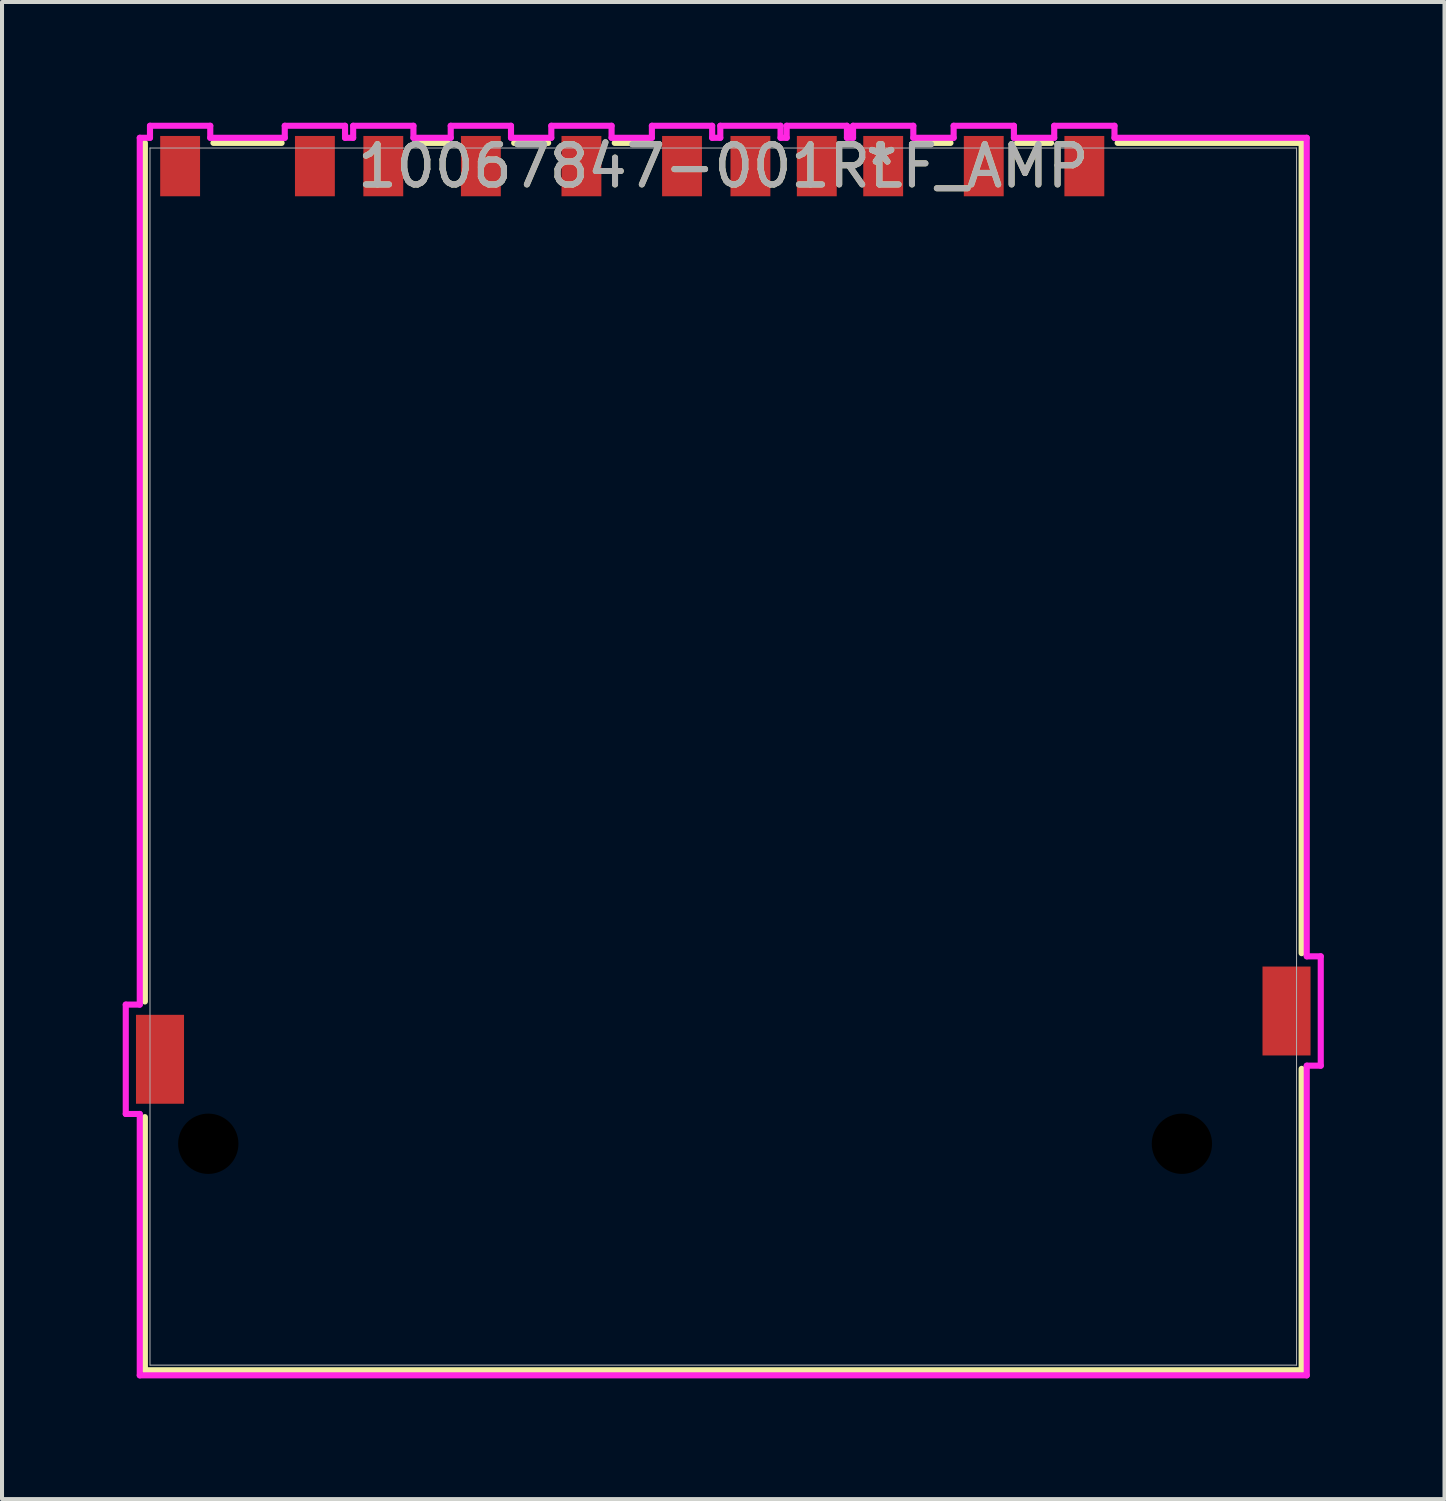
<source format=kicad_pcb>
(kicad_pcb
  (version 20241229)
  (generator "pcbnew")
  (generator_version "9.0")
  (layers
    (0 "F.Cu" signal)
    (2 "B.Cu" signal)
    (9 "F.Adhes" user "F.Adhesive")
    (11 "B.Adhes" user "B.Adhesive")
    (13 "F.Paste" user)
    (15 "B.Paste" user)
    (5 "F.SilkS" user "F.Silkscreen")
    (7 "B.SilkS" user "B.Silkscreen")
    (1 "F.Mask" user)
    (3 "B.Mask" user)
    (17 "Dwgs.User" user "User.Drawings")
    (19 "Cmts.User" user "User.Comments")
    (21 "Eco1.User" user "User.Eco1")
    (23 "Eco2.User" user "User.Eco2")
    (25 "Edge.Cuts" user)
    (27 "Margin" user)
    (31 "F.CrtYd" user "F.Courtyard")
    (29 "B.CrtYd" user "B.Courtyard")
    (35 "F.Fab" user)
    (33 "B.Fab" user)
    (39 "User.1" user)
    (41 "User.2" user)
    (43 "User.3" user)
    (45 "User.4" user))
  (footprint "10067847-001RLF_AMP"
    (layer "F.Cu")
    (at 14.927 15.755)
    (property "Reference" "10067847-001RLF_AMP" (at 0 -14.676 0) (unlocked yes) (layer "F.SilkS") (effects (font (size 1 1) (thickness 0.15))))
    (attr smd)
    (fp_line (start -14.376 -15.253) (end -14.376 6.087) (stroke (width 0.152) (type solid)) (layer "F.SilkS"))
    (fp_line (start -14.376 8.962) (end -14.376 15.253) (stroke (width 0.152) (type solid)) (layer "F.SilkS"))
    (fp_line (start -14.376 15.253) (end 14.376 15.253) (stroke (width 0.152) (type solid)) (layer "F.SilkS"))
    (fp_line (start -10.978 -15.253) (end -12.672 -15.253) (stroke (width 0.152) (type solid)) (layer "F.SilkS"))
    (fp_line (start -6.853 -15.253) (end -7.622 -15.253) (stroke (width 0.152) (type solid)) (layer "F.SilkS"))
    (fp_line (start -4.353 -15.253) (end -5.197 -15.253) (stroke (width 0.152) (type solid)) (layer "F.SilkS"))
    (fp_line (start -1.853 -15.253) (end -2.697 -15.253) (stroke (width 0.152) (type solid)) (layer "F.SilkS"))
    (fp_line (start 5.647 -15.253) (end 4.803 -15.253) (stroke (width 0.152) (type solid)) (layer "F.SilkS"))
    (fp_line (start 8.147 -15.253) (end 7.303 -15.253) (stroke (width 0.152) (type solid)) (layer "F.SilkS"))
    (fp_line (start 14.376 -15.253) (end 9.803 -15.253) (stroke (width 0.152) (type solid)) (layer "F.SilkS"))
    (fp_line (start 14.376 4.887) (end 14.376 -15.253) (stroke (width 0.152) (type solid)) (layer "F.SilkS"))
    (fp_line (start 14.376 15.253) (end 14.376 7.762) (stroke (width 0.152) (type solid)) (layer "F.SilkS"))
    (fp_line (start -14.851 6.165) (end -14.851 8.883) (stroke (width 0.152) (type solid)) (layer "F.CrtYd"))
    (fp_line (start -14.851 8.883) (end -14.503 8.883) (stroke (width 0.152) (type solid)) (layer "F.CrtYd"))
    (fp_line (start -14.503 -15.38) (end -14.503 6.165) (stroke (width 0.152) (type solid)) (layer "F.CrtYd"))
    (fp_line (start -14.503 6.165) (end -14.851 6.165) (stroke (width 0.152) (type solid)) (layer "F.CrtYd"))
    (fp_line (start -14.503 8.883) (end -14.503 15.38) (stroke (width 0.152) (type solid)) (layer "F.CrtYd"))
    (fp_line (start -14.503 15.38) (end 14.503 15.38) (stroke (width 0.152) (type solid)) (layer "F.CrtYd"))
    (fp_line (start -14.249 -15.679) (end -14.249 -15.38) (stroke (width 0.152) (type solid)) (layer "F.CrtYd"))
    (fp_line (start -14.249 -15.38) (end -14.503 -15.38) (stroke (width 0.152) (type solid)) (layer "F.CrtYd"))
    (fp_line (start -12.751 -15.679) (end -14.249 -15.679) (stroke (width 0.152) (type solid)) (layer "F.CrtYd"))
    (fp_line (start -12.751 -15.38) (end -12.751 -15.679) (stroke (width 0.152) (type solid)) (layer "F.CrtYd"))
    (fp_line (start -10.899 -15.679) (end -10.899 -15.38) (stroke (width 0.152) (type solid)) (layer "F.CrtYd"))
    (fp_line (start -10.899 -15.38) (end -12.751 -15.38) (stroke (width 0.152) (type solid)) (layer "F.CrtYd"))
    (fp_line (start -9.401 -15.679) (end -10.899 -15.679) (stroke (width 0.152) (type solid)) (layer "F.CrtYd"))
    (fp_line (start -9.401 -15.38) (end -9.401 -15.679) (stroke (width 0.152) (type solid)) (layer "F.CrtYd"))
    (fp_line (start -9.199 -15.679) (end -9.199 -15.38) (stroke (width 0.152) (type solid)) (layer "F.CrtYd"))
    (fp_line (start -9.199 -15.38) (end -9.401 -15.38) (stroke (width 0.152) (type solid)) (layer "F.CrtYd"))
    (fp_line (start -7.701 -15.679) (end -9.199 -15.679) (stroke (width 0.152) (type solid)) (layer "F.CrtYd"))
    (fp_line (start -7.701 -15.38) (end -7.701 -15.679) (stroke (width 0.152) (type solid)) (layer "F.CrtYd"))
    (fp_line (start -6.774 -15.679) (end -6.774 -15.38) (stroke (width 0.152) (type solid)) (layer "F.CrtYd"))
    (fp_line (start -6.774 -15.38) (end -7.701 -15.38) (stroke (width 0.152) (type solid)) (layer "F.CrtYd"))
    (fp_line (start -5.276 -15.679) (end -6.774 -15.679) (stroke (width 0.152) (type solid)) (layer "F.CrtYd"))
    (fp_line (start -5.276 -15.38) (end -5.276 -15.679) (stroke (width 0.152) (type solid)) (layer "F.CrtYd"))
    (fp_line (start -4.274 -15.679) (end -4.274 -15.38) (stroke (width 0.152) (type solid)) (layer "F.CrtYd"))
    (fp_line (start -4.274 -15.38) (end -5.276 -15.38) (stroke (width 0.152) (type solid)) (layer "F.CrtYd"))
    (fp_line (start -2.776 -15.679) (end -4.274 -15.679) (stroke (width 0.152) (type solid)) (layer "F.CrtYd"))
    (fp_line (start -2.776 -15.38) (end -2.776 -15.679) (stroke (width 0.152) (type solid)) (layer "F.CrtYd"))
    (fp_line (start -1.774 -15.679) (end -1.774 -15.38) (stroke (width 0.152) (type solid)) (layer "F.CrtYd"))
    (fp_line (start -1.774 -15.38) (end -2.776 -15.38) (stroke (width 0.152) (type solid)) (layer "F.CrtYd"))
    (fp_line (start -0.276 -15.679) (end -1.774 -15.679) (stroke (width 0.152) (type solid)) (layer "F.CrtYd"))
    (fp_line (start -0.276 -15.38) (end -0.276 -15.679) (stroke (width 0.152) (type solid)) (layer "F.CrtYd"))
    (fp_line (start -0.074 -15.679) (end -0.074 -15.38) (stroke (width 0.152) (type solid)) (layer "F.CrtYd"))
    (fp_line (start -0.074 -15.38) (end -0.276 -15.38) (stroke (width 0.152) (type solid)) (layer "F.CrtYd"))
    (fp_line (start 1.424 -15.679) (end -0.074 -15.679) (stroke (width 0.152) (type solid)) (layer "F.CrtYd"))
    (fp_line (start 1.424 -15.38) (end 1.424 -15.679) (stroke (width 0.152) (type solid)) (layer "F.CrtYd"))
    (fp_line (start 1.576 -15.679) (end 1.576 -15.38) (stroke (width 0.152) (type solid)) (layer "F.CrtYd"))
    (fp_line (start 1.576 -15.38) (end 1.424 -15.38) (stroke (width 0.152) (type solid)) (layer "F.CrtYd"))
    (fp_line (start 3.074 -15.679) (end 1.576 -15.679) (stroke (width 0.152) (type solid)) (layer "F.CrtYd"))
    (fp_line (start 3.074 -15.38) (end 3.074 -15.679) (stroke (width 0.152) (type solid)) (layer "F.CrtYd"))
    (fp_line (start 3.226 -15.679) (end 3.226 -15.38) (stroke (width 0.152) (type solid)) (layer "F.CrtYd"))
    (fp_line (start 3.226 -15.38) (end 3.074 -15.38) (stroke (width 0.152) (type solid)) (layer "F.CrtYd"))
    (fp_line (start 4.724 -15.679) (end 3.226 -15.679) (stroke (width 0.152) (type solid)) (layer "F.CrtYd"))
    (fp_line (start 4.724 -15.38) (end 4.724 -15.679) (stroke (width 0.152) (type solid)) (layer "F.CrtYd"))
    (fp_line (start 5.726 -15.679) (end 5.726 -15.38) (stroke (width 0.152) (type solid)) (layer "F.CrtYd"))
    (fp_line (start 5.726 -15.38) (end 4.724 -15.38) (stroke (width 0.152) (type solid)) (layer "F.CrtYd"))
    (fp_line (start 7.224 -15.679) (end 5.726 -15.679) (stroke (width 0.152) (type solid)) (layer "F.CrtYd"))
    (fp_line (start 7.224 -15.38) (end 7.224 -15.679) (stroke (width 0.152) (type solid)) (layer "F.CrtYd"))
    (fp_line (start 8.226 -15.679) (end 8.226 -15.38) (stroke (width 0.152) (type solid)) (layer "F.CrtYd"))
    (fp_line (start 8.226 -15.38) (end 7.224 -15.38) (stroke (width 0.152) (type solid)) (layer "F.CrtYd"))
    (fp_line (start 9.724 -15.679) (end 8.226 -15.679) (stroke (width 0.152) (type solid)) (layer "F.CrtYd"))
    (fp_line (start 9.724 -15.38) (end 9.724 -15.679) (stroke (width 0.152) (type solid)) (layer "F.CrtYd"))
    (fp_line (start 14.503 -15.38) (end 9.724 -15.38) (stroke (width 0.152) (type solid)) (layer "F.CrtYd"))
    (fp_line (start 14.503 4.965) (end 14.503 -15.38) (stroke (width 0.152) (type solid)) (layer "F.CrtYd"))
    (fp_line (start 14.503 7.683) (end 14.851 7.683) (stroke (width 0.152) (type solid)) (layer "F.CrtYd"))
    (fp_line (start 14.503 15.38) (end 14.503 7.683) (stroke (width 0.152) (type solid)) (layer "F.CrtYd"))
    (fp_line (start 14.851 4.965) (end 14.503 4.965) (stroke (width 0.152) (type solid)) (layer "F.CrtYd"))
    (fp_line (start 14.851 7.683) (end 14.851 4.965) (stroke (width 0.152) (type solid)) (layer "F.CrtYd"))
    (fp_line (start -14.249 -15.126) (end -14.249 15.126) (stroke (width 0.025) (type solid)) (layer "F.Fab"))
    (fp_line (start -14.249 15.126) (end 14.249 15.126) (stroke (width 0.025) (type solid)) (layer "F.Fab"))
    (fp_line (start 0 -15.126) (end 0 -15.126) (stroke (width 0.025) (type solid)) (layer "F.Fab"))
    (fp_line (start 0 -15.126) (end 0 -15.126) (stroke (width 0.025) (type solid)) (layer "F.Fab"))
    (fp_line (start 0 -15.126) (end 0 -15.126) (stroke (width 0.025) (type solid)) (layer "F.Fab"))
    (fp_line (start 0 -15.126) (end 0 -15.126) (stroke (width 0.025) (type solid)) (layer "F.Fab"))
    (fp_line (start 14.249 -15.126) (end -14.249 -15.126) (stroke (width 0.025) (type solid)) (layer "F.Fab"))
    (fp_line (start 14.249 15.126) (end 14.249 -15.126) (stroke (width 0.025) (type solid)) (layer "F.Fab"))
    (fp_text user "*" (at 3.935 -14.676 0) (unlocked yes) (layer "F.SilkS") (effects (font (size 1 1) (thickness 0.15))))
    (fp_text user "*" (at 3.935 -14.676 0) (layer "F.SilkS") (effects (font (size 1 1) (thickness 0.15))))
    (fp_text user "*" (at 3.935 -14.676 0) (unlocked yes) (layer "F.Fab") (effects (font (size 1 1) (thickness 0.15))))
    (fp_text user "*" (at 3.935 -14.676 0) (layer "F.Fab") (effects (font (size 1 1) (thickness 0.15))))
    (fp_text user "${REFERENCE}" (at 0 -14.676 0) (unlocked yes) (layer "F.Fab") (effects (font (size 1 1) (thickness 0.15))))
    (pad "" np_thru_hole circle (at -12.8 9.624) (size 1.499 1.499) (drill 1.499) (layers))
    (pad "" np_thru_hole circle (at 11.4 9.624) (size 1.499 1.499) (drill 1.499) (layers))
    (pad "1" smd rect (at 6.475 -14.676) (size 0.991 1.499) (layers "F.Cu" "F.Mask" "F.Paste"))
    (pad "2" smd rect (at 3.975 -14.676) (size 0.991 1.499) (layers "F.Cu" "F.Mask" "F.Paste"))
    (pad "3" smd rect (at 0.675 -14.676) (size 0.991 1.499) (layers "F.Cu" "F.Mask" "F.Paste"))
    (pad "4" smd rect (at -1.025 -14.676) (size 0.991 1.499) (layers "F.Cu" "F.Mask" "F.Paste"))
    (pad "5" smd rect (at -3.525 -14.676) (size 0.991 1.499) (layers "F.Cu" "F.Mask" "F.Paste"))
    (pad "6" smd rect (at -6.025 -14.676) (size 0.991 1.499) (layers "F.Cu" "F.Mask" "F.Paste"))
    (pad "7" smd rect (at -8.45 -14.676) (size 0.991 1.499) (layers "F.Cu" "F.Mask" "F.Paste"))
    (pad "8" smd rect (at -10.15 -14.676) (size 0.991 1.499) (layers "F.Cu" "F.Mask" "F.Paste"))
    (pad "9" smd rect (at 8.975 -14.676) (size 0.991 1.499) (layers "F.Cu" "F.Mask" "F.Paste"))
    (pad "10" smd rect (at 2.325 -14.676) (size 0.991 1.499) (layers "F.Cu" "F.Mask" "F.Paste"))
    (pad "11" smd rect (at -13.5 -14.676) (size 0.991 1.499) (layers "F.Cu" "F.Mask" "F.Paste"))
    (pad "12" smd rect (at -14 7.524) (size 1.194 2.21) (layers "F.Cu" "F.Mask" "F.Paste"))
    (pad "13" smd rect (at 14 6.324) (size 1.194 2.21) (layers "F.Cu" "F.Mask" "F.Paste")))
  (gr_rect
    (start -3 -3)
    (end 32.854 34.211)
    (stroke (width 0.1) (type default))
    (fill no)
    (layer "Edge.Cuts")))
</source>
